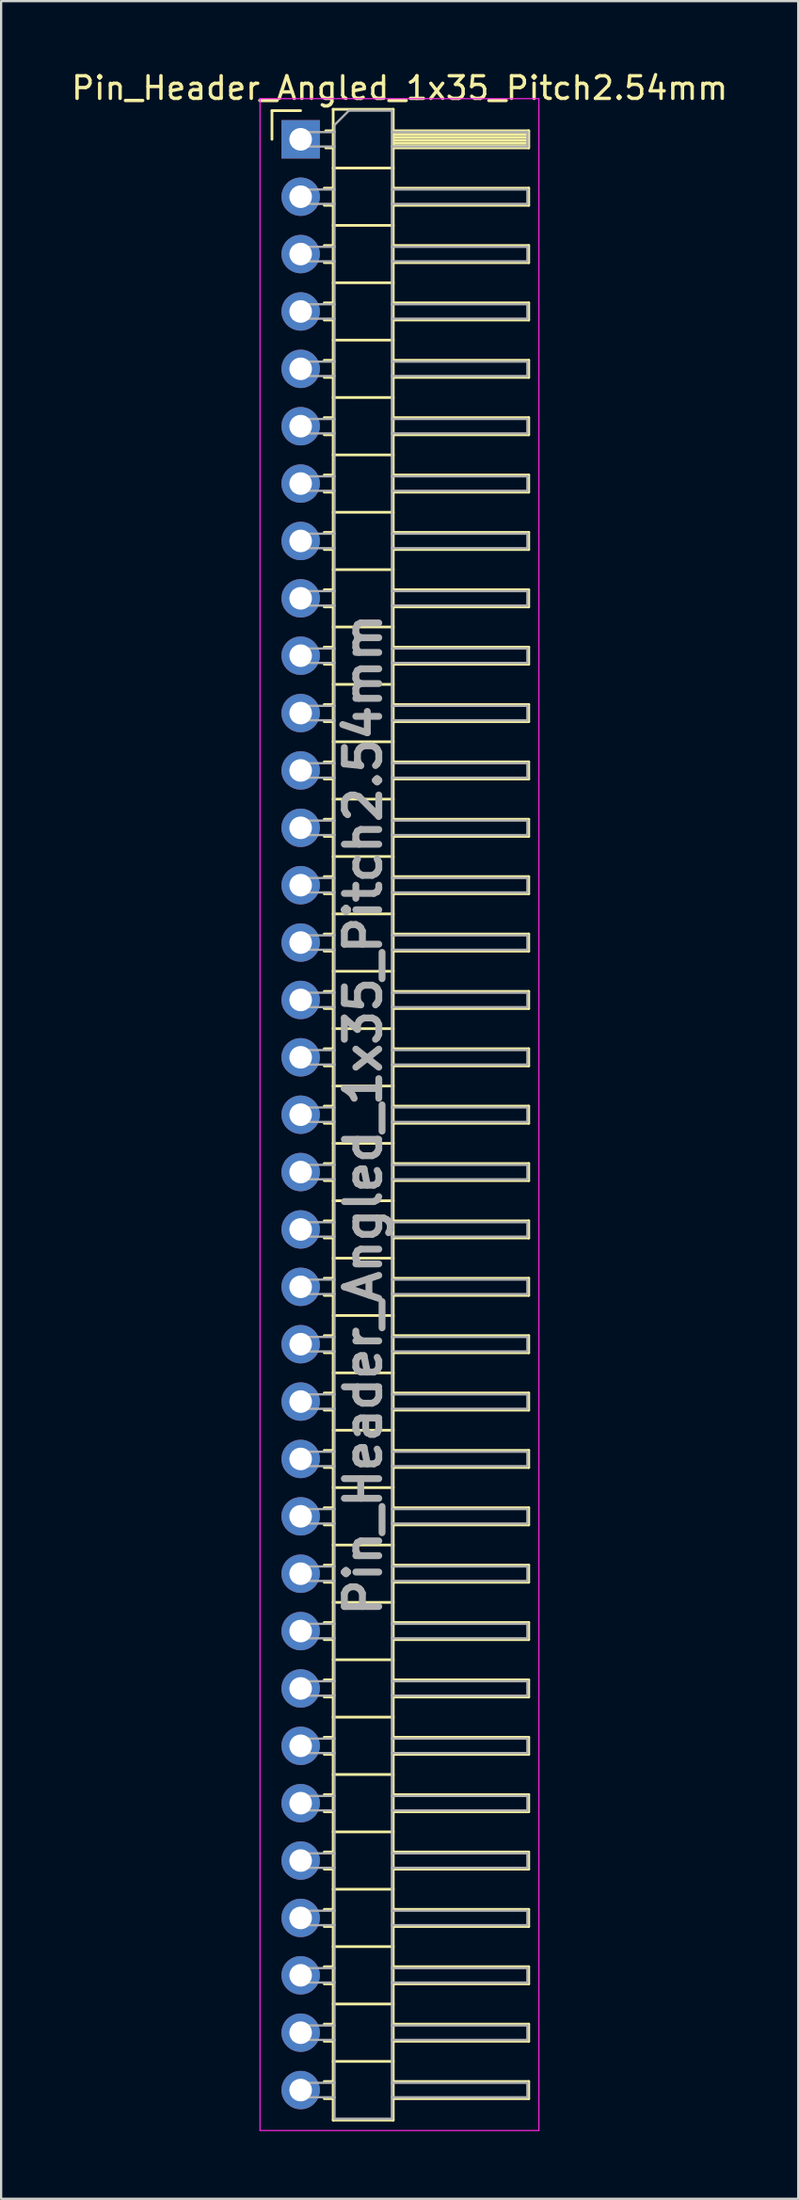
<source format=kicad_pcb>
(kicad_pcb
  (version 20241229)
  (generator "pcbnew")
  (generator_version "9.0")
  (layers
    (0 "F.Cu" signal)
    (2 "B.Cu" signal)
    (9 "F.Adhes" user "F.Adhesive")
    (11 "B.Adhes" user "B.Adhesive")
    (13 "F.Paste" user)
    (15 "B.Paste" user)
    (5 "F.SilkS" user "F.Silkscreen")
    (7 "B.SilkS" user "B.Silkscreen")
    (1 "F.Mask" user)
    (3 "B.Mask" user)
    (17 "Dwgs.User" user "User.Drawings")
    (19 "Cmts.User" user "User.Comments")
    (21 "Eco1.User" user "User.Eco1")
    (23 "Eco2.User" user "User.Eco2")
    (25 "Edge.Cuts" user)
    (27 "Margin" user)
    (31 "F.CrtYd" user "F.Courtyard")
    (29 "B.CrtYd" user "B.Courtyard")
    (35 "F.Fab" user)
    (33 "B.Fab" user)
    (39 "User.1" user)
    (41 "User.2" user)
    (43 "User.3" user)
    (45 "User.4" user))
  (footprint "Pin_Header_Angled_1x35_Pitch2.54mm"
    (layer "F.Cu")
    (at 10.264 3.118)
    (property "Reference" "Pin_Header_Angled_1x35_Pitch2.54mm" (at 4.385 -2.27 0) (layer "F.SilkS") (effects (font (size 1 1) (thickness 0.15))))
    (attr through_hole)
    (fp_line (start -1.27 -1.27) (end 0 -1.27) (stroke (width 0.12) (type solid)) (layer "F.SilkS"))
    (fp_line (start -1.27 0) (end -1.27 -1.27) (stroke (width 0.12) (type solid)) (layer "F.SilkS"))
    (fp_line (start 1.043 2.16) (end 1.44 2.16) (stroke (width 0.12) (type solid)) (layer "F.SilkS"))
    (fp_line (start 1.043 2.92) (end 1.44 2.92) (stroke (width 0.12) (type solid)) (layer "F.SilkS"))
    (fp_line (start 1.043 4.7) (end 1.44 4.7) (stroke (width 0.12) (type solid)) (layer "F.SilkS"))
    (fp_line (start 1.043 5.46) (end 1.44 5.46) (stroke (width 0.12) (type solid)) (layer "F.SilkS"))
    (fp_line (start 1.043 7.24) (end 1.44 7.24) (stroke (width 0.12) (type solid)) (layer "F.SilkS"))
    (fp_line (start 1.043 8) (end 1.44 8) (stroke (width 0.12) (type solid)) (layer "F.SilkS"))
    (fp_line (start 1.043 9.78) (end 1.44 9.78) (stroke (width 0.12) (type solid)) (layer "F.SilkS"))
    (fp_line (start 1.043 10.54) (end 1.44 10.54) (stroke (width 0.12) (type solid)) (layer "F.SilkS"))
    (fp_line (start 1.043 12.32) (end 1.44 12.32) (stroke (width 0.12) (type solid)) (layer "F.SilkS"))
    (fp_line (start 1.043 13.08) (end 1.44 13.08) (stroke (width 0.12) (type solid)) (layer "F.SilkS"))
    (fp_line (start 1.043 14.86) (end 1.44 14.86) (stroke (width 0.12) (type solid)) (layer "F.SilkS"))
    (fp_line (start 1.043 15.62) (end 1.44 15.62) (stroke (width 0.12) (type solid)) (layer "F.SilkS"))
    (fp_line (start 1.043 17.4) (end 1.44 17.4) (stroke (width 0.12) (type solid)) (layer "F.SilkS"))
    (fp_line (start 1.043 18.16) (end 1.44 18.16) (stroke (width 0.12) (type solid)) (layer "F.SilkS"))
    (fp_line (start 1.043 19.94) (end 1.44 19.94) (stroke (width 0.12) (type solid)) (layer "F.SilkS"))
    (fp_line (start 1.043 20.7) (end 1.44 20.7) (stroke (width 0.12) (type solid)) (layer "F.SilkS"))
    (fp_line (start 1.043 22.48) (end 1.44 22.48) (stroke (width 0.12) (type solid)) (layer "F.SilkS"))
    (fp_line (start 1.043 23.24) (end 1.44 23.24) (stroke (width 0.12) (type solid)) (layer "F.SilkS"))
    (fp_line (start 1.043 25.02) (end 1.44 25.02) (stroke (width 0.12) (type solid)) (layer "F.SilkS"))
    (fp_line (start 1.043 25.78) (end 1.44 25.78) (stroke (width 0.12) (type solid)) (layer "F.SilkS"))
    (fp_line (start 1.043 27.56) (end 1.44 27.56) (stroke (width 0.12) (type solid)) (layer "F.SilkS"))
    (fp_line (start 1.043 28.32) (end 1.44 28.32) (stroke (width 0.12) (type solid)) (layer "F.SilkS"))
    (fp_line (start 1.043 30.1) (end 1.44 30.1) (stroke (width 0.12) (type solid)) (layer "F.SilkS"))
    (fp_line (start 1.043 30.86) (end 1.44 30.86) (stroke (width 0.12) (type solid)) (layer "F.SilkS"))
    (fp_line (start 1.043 32.64) (end 1.44 32.64) (stroke (width 0.12) (type solid)) (layer "F.SilkS"))
    (fp_line (start 1.043 33.4) (end 1.44 33.4) (stroke (width 0.12) (type solid)) (layer "F.SilkS"))
    (fp_line (start 1.043 35.18) (end 1.44 35.18) (stroke (width 0.12) (type solid)) (layer "F.SilkS"))
    (fp_line (start 1.043 35.94) (end 1.44 35.94) (stroke (width 0.12) (type solid)) (layer "F.SilkS"))
    (fp_line (start 1.043 37.72) (end 1.44 37.72) (stroke (width 0.12) (type solid)) (layer "F.SilkS"))
    (fp_line (start 1.043 38.48) (end 1.44 38.48) (stroke (width 0.12) (type solid)) (layer "F.SilkS"))
    (fp_line (start 1.043 40.26) (end 1.44 40.26) (stroke (width 0.12) (type solid)) (layer "F.SilkS"))
    (fp_line (start 1.043 41.02) (end 1.44 41.02) (stroke (width 0.12) (type solid)) (layer "F.SilkS"))
    (fp_line (start 1.043 42.8) (end 1.44 42.8) (stroke (width 0.12) (type solid)) (layer "F.SilkS"))
    (fp_line (start 1.043 43.56) (end 1.44 43.56) (stroke (width 0.12) (type solid)) (layer "F.SilkS"))
    (fp_line (start 1.043 45.34) (end 1.44 45.34) (stroke (width 0.12) (type solid)) (layer "F.SilkS"))
    (fp_line (start 1.043 46.1) (end 1.44 46.1) (stroke (width 0.12) (type solid)) (layer "F.SilkS"))
    (fp_line (start 1.043 47.88) (end 1.44 47.88) (stroke (width 0.12) (type solid)) (layer "F.SilkS"))
    (fp_line (start 1.043 48.64) (end 1.44 48.64) (stroke (width 0.12) (type solid)) (layer "F.SilkS"))
    (fp_line (start 1.043 50.42) (end 1.44 50.42) (stroke (width 0.12) (type solid)) (layer "F.SilkS"))
    (fp_line (start 1.043 51.18) (end 1.44 51.18) (stroke (width 0.12) (type solid)) (layer "F.SilkS"))
    (fp_line (start 1.043 52.96) (end 1.44 52.96) (stroke (width 0.12) (type solid)) (layer "F.SilkS"))
    (fp_line (start 1.043 53.72) (end 1.44 53.72) (stroke (width 0.12) (type solid)) (layer "F.SilkS"))
    (fp_line (start 1.043 55.5) (end 1.44 55.5) (stroke (width 0.12) (type solid)) (layer "F.SilkS"))
    (fp_line (start 1.043 56.26) (end 1.44 56.26) (stroke (width 0.12) (type solid)) (layer "F.SilkS"))
    (fp_line (start 1.043 58.04) (end 1.44 58.04) (stroke (width 0.12) (type solid)) (layer "F.SilkS"))
    (fp_line (start 1.043 58.8) (end 1.44 58.8) (stroke (width 0.12) (type solid)) (layer "F.SilkS"))
    (fp_line (start 1.043 60.58) (end 1.44 60.58) (stroke (width 0.12) (type solid)) (layer "F.SilkS"))
    (fp_line (start 1.043 61.34) (end 1.44 61.34) (stroke (width 0.12) (type solid)) (layer "F.SilkS"))
    (fp_line (start 1.043 63.12) (end 1.44 63.12) (stroke (width 0.12) (type solid)) (layer "F.SilkS"))
    (fp_line (start 1.043 63.88) (end 1.44 63.88) (stroke (width 0.12) (type solid)) (layer "F.SilkS"))
    (fp_line (start 1.043 65.66) (end 1.44 65.66) (stroke (width 0.12) (type solid)) (layer "F.SilkS"))
    (fp_line (start 1.043 66.42) (end 1.44 66.42) (stroke (width 0.12) (type solid)) (layer "F.SilkS"))
    (fp_line (start 1.043 68.2) (end 1.44 68.2) (stroke (width 0.12) (type solid)) (layer "F.SilkS"))
    (fp_line (start 1.043 68.96) (end 1.44 68.96) (stroke (width 0.12) (type solid)) (layer "F.SilkS"))
    (fp_line (start 1.043 70.74) (end 1.44 70.74) (stroke (width 0.12) (type solid)) (layer "F.SilkS"))
    (fp_line (start 1.043 71.5) (end 1.44 71.5) (stroke (width 0.12) (type solid)) (layer "F.SilkS"))
    (fp_line (start 1.043 73.28) (end 1.44 73.28) (stroke (width 0.12) (type solid)) (layer "F.SilkS"))
    (fp_line (start 1.043 74.04) (end 1.44 74.04) (stroke (width 0.12) (type solid)) (layer "F.SilkS"))
    (fp_line (start 1.043 75.82) (end 1.44 75.82) (stroke (width 0.12) (type solid)) (layer "F.SilkS"))
    (fp_line (start 1.043 76.58) (end 1.44 76.58) (stroke (width 0.12) (type solid)) (layer "F.SilkS"))
    (fp_line (start 1.043 78.36) (end 1.44 78.36) (stroke (width 0.12) (type solid)) (layer "F.SilkS"))
    (fp_line (start 1.043 79.12) (end 1.44 79.12) (stroke (width 0.12) (type solid)) (layer "F.SilkS"))
    (fp_line (start 1.043 80.9) (end 1.44 80.9) (stroke (width 0.12) (type solid)) (layer "F.SilkS"))
    (fp_line (start 1.043 81.66) (end 1.44 81.66) (stroke (width 0.12) (type solid)) (layer "F.SilkS"))
    (fp_line (start 1.043 83.44) (end 1.44 83.44) (stroke (width 0.12) (type solid)) (layer "F.SilkS"))
    (fp_line (start 1.043 84.2) (end 1.44 84.2) (stroke (width 0.12) (type solid)) (layer "F.SilkS"))
    (fp_line (start 1.043 85.98) (end 1.44 85.98) (stroke (width 0.12) (type solid)) (layer "F.SilkS"))
    (fp_line (start 1.043 86.74) (end 1.44 86.74) (stroke (width 0.12) (type solid)) (layer "F.SilkS"))
    (fp_line (start 1.11 -0.38) (end 1.44 -0.38) (stroke (width 0.12) (type solid)) (layer "F.SilkS"))
    (fp_line (start 1.11 0.38) (end 1.44 0.38) (stroke (width 0.12) (type solid)) (layer "F.SilkS"))
    (fp_line (start 1.44 -1.33) (end 1.44 87.69) (stroke (width 0.12) (type solid)) (layer "F.SilkS"))
    (fp_line (start 1.44 1.27) (end 4.1 1.27) (stroke (width 0.12) (type solid)) (layer "F.SilkS"))
    (fp_line (start 1.44 3.81) (end 4.1 3.81) (stroke (width 0.12) (type solid)) (layer "F.SilkS"))
    (fp_line (start 1.44 6.35) (end 4.1 6.35) (stroke (width 0.12) (type solid)) (layer "F.SilkS"))
    (fp_line (start 1.44 8.89) (end 4.1 8.89) (stroke (width 0.12) (type solid)) (layer "F.SilkS"))
    (fp_line (start 1.44 11.43) (end 4.1 11.43) (stroke (width 0.12) (type solid)) (layer "F.SilkS"))
    (fp_line (start 1.44 13.97) (end 4.1 13.97) (stroke (width 0.12) (type solid)) (layer "F.SilkS"))
    (fp_line (start 1.44 16.51) (end 4.1 16.51) (stroke (width 0.12) (type solid)) (layer "F.SilkS"))
    (fp_line (start 1.44 19.05) (end 4.1 19.05) (stroke (width 0.12) (type solid)) (layer "F.SilkS"))
    (fp_line (start 1.44 21.59) (end 4.1 21.59) (stroke (width 0.12) (type solid)) (layer "F.SilkS"))
    (fp_line (start 1.44 24.13) (end 4.1 24.13) (stroke (width 0.12) (type solid)) (layer "F.SilkS"))
    (fp_line (start 1.44 26.67) (end 4.1 26.67) (stroke (width 0.12) (type solid)) (layer "F.SilkS"))
    (fp_line (start 1.44 29.21) (end 4.1 29.21) (stroke (width 0.12) (type solid)) (layer "F.SilkS"))
    (fp_line (start 1.44 31.75) (end 4.1 31.75) (stroke (width 0.12) (type solid)) (layer "F.SilkS"))
    (fp_line (start 1.44 34.29) (end 4.1 34.29) (stroke (width 0.12) (type solid)) (layer "F.SilkS"))
    (fp_line (start 1.44 36.83) (end 4.1 36.83) (stroke (width 0.12) (type solid)) (layer "F.SilkS"))
    (fp_line (start 1.44 39.37) (end 4.1 39.37) (stroke (width 0.12) (type solid)) (layer "F.SilkS"))
    (fp_line (start 1.44 41.91) (end 4.1 41.91) (stroke (width 0.12) (type solid)) (layer "F.SilkS"))
    (fp_line (start 1.44 44.45) (end 4.1 44.45) (stroke (width 0.12) (type solid)) (layer "F.SilkS"))
    (fp_line (start 1.44 46.99) (end 4.1 46.99) (stroke (width 0.12) (type solid)) (layer "F.SilkS"))
    (fp_line (start 1.44 49.53) (end 4.1 49.53) (stroke (width 0.12) (type solid)) (layer "F.SilkS"))
    (fp_line (start 1.44 52.07) (end 4.1 52.07) (stroke (width 0.12) (type solid)) (layer "F.SilkS"))
    (fp_line (start 1.44 54.61) (end 4.1 54.61) (stroke (width 0.12) (type solid)) (layer "F.SilkS"))
    (fp_line (start 1.44 57.15) (end 4.1 57.15) (stroke (width 0.12) (type solid)) (layer "F.SilkS"))
    (fp_line (start 1.44 59.69) (end 4.1 59.69) (stroke (width 0.12) (type solid)) (layer "F.SilkS"))
    (fp_line (start 1.44 62.23) (end 4.1 62.23) (stroke (width 0.12) (type solid)) (layer "F.SilkS"))
    (fp_line (start 1.44 64.77) (end 4.1 64.77) (stroke (width 0.12) (type solid)) (layer "F.SilkS"))
    (fp_line (start 1.44 67.31) (end 4.1 67.31) (stroke (width 0.12) (type solid)) (layer "F.SilkS"))
    (fp_line (start 1.44 69.85) (end 4.1 69.85) (stroke (width 0.12) (type solid)) (layer "F.SilkS"))
    (fp_line (start 1.44 72.39) (end 4.1 72.39) (stroke (width 0.12) (type solid)) (layer "F.SilkS"))
    (fp_line (start 1.44 74.93) (end 4.1 74.93) (stroke (width 0.12) (type solid)) (layer "F.SilkS"))
    (fp_line (start 1.44 77.47) (end 4.1 77.47) (stroke (width 0.12) (type solid)) (layer "F.SilkS"))
    (fp_line (start 1.44 80.01) (end 4.1 80.01) (stroke (width 0.12) (type solid)) (layer "F.SilkS"))
    (fp_line (start 1.44 82.55) (end 4.1 82.55) (stroke (width 0.12) (type solid)) (layer "F.SilkS"))
    (fp_line (start 1.44 85.09) (end 4.1 85.09) (stroke (width 0.12) (type solid)) (layer "F.SilkS"))
    (fp_line (start 1.44 87.69) (end 4.1 87.69) (stroke (width 0.12) (type solid)) (layer "F.SilkS"))
    (fp_line (start 4.1 -1.33) (end 1.44 -1.33) (stroke (width 0.12) (type solid)) (layer "F.SilkS"))
    (fp_line (start 4.1 -0.38) (end 10.1 -0.38) (stroke (width 0.12) (type solid)) (layer "F.SilkS"))
    (fp_line (start 4.1 -0.32) (end 10.1 -0.32) (stroke (width 0.12) (type solid)) (layer "F.SilkS"))
    (fp_line (start 4.1 -0.2) (end 10.1 -0.2) (stroke (width 0.12) (type solid)) (layer "F.SilkS"))
    (fp_line (start 4.1 -0.08) (end 10.1 -0.08) (stroke (width 0.12) (type solid)) (layer "F.SilkS"))
    (fp_line (start 4.1 0.04) (end 10.1 0.04) (stroke (width 0.12) (type solid)) (layer "F.SilkS"))
    (fp_line (start 4.1 0.16) (end 10.1 0.16) (stroke (width 0.12) (type solid)) (layer "F.SilkS"))
    (fp_line (start 4.1 0.28) (end 10.1 0.28) (stroke (width 0.12) (type solid)) (layer "F.SilkS"))
    (fp_line (start 4.1 2.16) (end 10.1 2.16) (stroke (width 0.12) (type solid)) (layer "F.SilkS"))
    (fp_line (start 4.1 4.7) (end 10.1 4.7) (stroke (width 0.12) (type solid)) (layer "F.SilkS"))
    (fp_line (start 4.1 7.24) (end 10.1 7.24) (stroke (width 0.12) (type solid)) (layer "F.SilkS"))
    (fp_line (start 4.1 9.78) (end 10.1 9.78) (stroke (width 0.12) (type solid)) (layer "F.SilkS"))
    (fp_line (start 4.1 12.32) (end 10.1 12.32) (stroke (width 0.12) (type solid)) (layer "F.SilkS"))
    (fp_line (start 4.1 14.86) (end 10.1 14.86) (stroke (width 0.12) (type solid)) (layer "F.SilkS"))
    (fp_line (start 4.1 17.4) (end 10.1 17.4) (stroke (width 0.12) (type solid)) (layer "F.SilkS"))
    (fp_line (start 4.1 19.94) (end 10.1 19.94) (stroke (width 0.12) (type solid)) (layer "F.SilkS"))
    (fp_line (start 4.1 22.48) (end 10.1 22.48) (stroke (width 0.12) (type solid)) (layer "F.SilkS"))
    (fp_line (start 4.1 25.02) (end 10.1 25.02) (stroke (width 0.12) (type solid)) (layer "F.SilkS"))
    (fp_line (start 4.1 27.56) (end 10.1 27.56) (stroke (width 0.12) (type solid)) (layer "F.SilkS"))
    (fp_line (start 4.1 30.1) (end 10.1 30.1) (stroke (width 0.12) (type solid)) (layer "F.SilkS"))
    (fp_line (start 4.1 32.64) (end 10.1 32.64) (stroke (width 0.12) (type solid)) (layer "F.SilkS"))
    (fp_line (start 4.1 35.18) (end 10.1 35.18) (stroke (width 0.12) (type solid)) (layer "F.SilkS"))
    (fp_line (start 4.1 37.72) (end 10.1 37.72) (stroke (width 0.12) (type solid)) (layer "F.SilkS"))
    (fp_line (start 4.1 40.26) (end 10.1 40.26) (stroke (width 0.12) (type solid)) (layer "F.SilkS"))
    (fp_line (start 4.1 42.8) (end 10.1 42.8) (stroke (width 0.12) (type solid)) (layer "F.SilkS"))
    (fp_line (start 4.1 45.34) (end 10.1 45.34) (stroke (width 0.12) (type solid)) (layer "F.SilkS"))
    (fp_line (start 4.1 47.88) (end 10.1 47.88) (stroke (width 0.12) (type solid)) (layer "F.SilkS"))
    (fp_line (start 4.1 50.42) (end 10.1 50.42) (stroke (width 0.12) (type solid)) (layer "F.SilkS"))
    (fp_line (start 4.1 52.96) (end 10.1 52.96) (stroke (width 0.12) (type solid)) (layer "F.SilkS"))
    (fp_line (start 4.1 55.5) (end 10.1 55.5) (stroke (width 0.12) (type solid)) (layer "F.SilkS"))
    (fp_line (start 4.1 58.04) (end 10.1 58.04) (stroke (width 0.12) (type solid)) (layer "F.SilkS"))
    (fp_line (start 4.1 60.58) (end 10.1 60.58) (stroke (width 0.12) (type solid)) (layer "F.SilkS"))
    (fp_line (start 4.1 63.12) (end 10.1 63.12) (stroke (width 0.12) (type solid)) (layer "F.SilkS"))
    (fp_line (start 4.1 65.66) (end 10.1 65.66) (stroke (width 0.12) (type solid)) (layer "F.SilkS"))
    (fp_line (start 4.1 68.2) (end 10.1 68.2) (stroke (width 0.12) (type solid)) (layer "F.SilkS"))
    (fp_line (start 4.1 70.74) (end 10.1 70.74) (stroke (width 0.12) (type solid)) (layer "F.SilkS"))
    (fp_line (start 4.1 73.28) (end 10.1 73.28) (stroke (width 0.12) (type solid)) (layer "F.SilkS"))
    (fp_line (start 4.1 75.82) (end 10.1 75.82) (stroke (width 0.12) (type solid)) (layer "F.SilkS"))
    (fp_line (start 4.1 78.36) (end 10.1 78.36) (stroke (width 0.12) (type solid)) (layer "F.SilkS"))
    (fp_line (start 4.1 80.9) (end 10.1 80.9) (stroke (width 0.12) (type solid)) (layer "F.SilkS"))
    (fp_line (start 4.1 83.44) (end 10.1 83.44) (stroke (width 0.12) (type solid)) (layer "F.SilkS"))
    (fp_line (start 4.1 85.98) (end 10.1 85.98) (stroke (width 0.12) (type solid)) (layer "F.SilkS"))
    (fp_line (start 4.1 87.69) (end 4.1 -1.33) (stroke (width 0.12) (type solid)) (layer "F.SilkS"))
    (fp_line (start 10.1 -0.38) (end 10.1 0.38) (stroke (width 0.12) (type solid)) (layer "F.SilkS"))
    (fp_line (start 10.1 0.38) (end 4.1 0.38) (stroke (width 0.12) (type solid)) (layer "F.SilkS"))
    (fp_line (start 10.1 2.16) (end 10.1 2.92) (stroke (width 0.12) (type solid)) (layer "F.SilkS"))
    (fp_line (start 10.1 2.92) (end 4.1 2.92) (stroke (width 0.12) (type solid)) (layer "F.SilkS"))
    (fp_line (start 10.1 4.7) (end 10.1 5.46) (stroke (width 0.12) (type solid)) (layer "F.SilkS"))
    (fp_line (start 10.1 5.46) (end 4.1 5.46) (stroke (width 0.12) (type solid)) (layer "F.SilkS"))
    (fp_line (start 10.1 7.24) (end 10.1 8) (stroke (width 0.12) (type solid)) (layer "F.SilkS"))
    (fp_line (start 10.1 8) (end 4.1 8) (stroke (width 0.12) (type solid)) (layer "F.SilkS"))
    (fp_line (start 10.1 9.78) (end 10.1 10.54) (stroke (width 0.12) (type solid)) (layer "F.SilkS"))
    (fp_line (start 10.1 10.54) (end 4.1 10.54) (stroke (width 0.12) (type solid)) (layer "F.SilkS"))
    (fp_line (start 10.1 12.32) (end 10.1 13.08) (stroke (width 0.12) (type solid)) (layer "F.SilkS"))
    (fp_line (start 10.1 13.08) (end 4.1 13.08) (stroke (width 0.12) (type solid)) (layer "F.SilkS"))
    (fp_line (start 10.1 14.86) (end 10.1 15.62) (stroke (width 0.12) (type solid)) (layer "F.SilkS"))
    (fp_line (start 10.1 15.62) (end 4.1 15.62) (stroke (width 0.12) (type solid)) (layer "F.SilkS"))
    (fp_line (start 10.1 17.4) (end 10.1 18.16) (stroke (width 0.12) (type solid)) (layer "F.SilkS"))
    (fp_line (start 10.1 18.16) (end 4.1 18.16) (stroke (width 0.12) (type solid)) (layer "F.SilkS"))
    (fp_line (start 10.1 19.94) (end 10.1 20.7) (stroke (width 0.12) (type solid)) (layer "F.SilkS"))
    (fp_line (start 10.1 20.7) (end 4.1 20.7) (stroke (width 0.12) (type solid)) (layer "F.SilkS"))
    (fp_line (start 10.1 22.48) (end 10.1 23.24) (stroke (width 0.12) (type solid)) (layer "F.SilkS"))
    (fp_line (start 10.1 23.24) (end 4.1 23.24) (stroke (width 0.12) (type solid)) (layer "F.SilkS"))
    (fp_line (start 10.1 25.02) (end 10.1 25.78) (stroke (width 0.12) (type solid)) (layer "F.SilkS"))
    (fp_line (start 10.1 25.78) (end 4.1 25.78) (stroke (width 0.12) (type solid)) (layer "F.SilkS"))
    (fp_line (start 10.1 27.56) (end 10.1 28.32) (stroke (width 0.12) (type solid)) (layer "F.SilkS"))
    (fp_line (start 10.1 28.32) (end 4.1 28.32) (stroke (width 0.12) (type solid)) (layer "F.SilkS"))
    (fp_line (start 10.1 30.1) (end 10.1 30.86) (stroke (width 0.12) (type solid)) (layer "F.SilkS"))
    (fp_line (start 10.1 30.86) (end 4.1 30.86) (stroke (width 0.12) (type solid)) (layer "F.SilkS"))
    (fp_line (start 10.1 32.64) (end 10.1 33.4) (stroke (width 0.12) (type solid)) (layer "F.SilkS"))
    (fp_line (start 10.1 33.4) (end 4.1 33.4) (stroke (width 0.12) (type solid)) (layer "F.SilkS"))
    (fp_line (start 10.1 35.18) (end 10.1 35.94) (stroke (width 0.12) (type solid)) (layer "F.SilkS"))
    (fp_line (start 10.1 35.94) (end 4.1 35.94) (stroke (width 0.12) (type solid)) (layer "F.SilkS"))
    (fp_line (start 10.1 37.72) (end 10.1 38.48) (stroke (width 0.12) (type solid)) (layer "F.SilkS"))
    (fp_line (start 10.1 38.48) (end 4.1 38.48) (stroke (width 0.12) (type solid)) (layer "F.SilkS"))
    (fp_line (start 10.1 40.26) (end 10.1 41.02) (stroke (width 0.12) (type solid)) (layer "F.SilkS"))
    (fp_line (start 10.1 41.02) (end 4.1 41.02) (stroke (width 0.12) (type solid)) (layer "F.SilkS"))
    (fp_line (start 10.1 42.8) (end 10.1 43.56) (stroke (width 0.12) (type solid)) (layer "F.SilkS"))
    (fp_line (start 10.1 43.56) (end 4.1 43.56) (stroke (width 0.12) (type solid)) (layer "F.SilkS"))
    (fp_line (start 10.1 45.34) (end 10.1 46.1) (stroke (width 0.12) (type solid)) (layer "F.SilkS"))
    (fp_line (start 10.1 46.1) (end 4.1 46.1) (stroke (width 0.12) (type solid)) (layer "F.SilkS"))
    (fp_line (start 10.1 47.88) (end 10.1 48.64) (stroke (width 0.12) (type solid)) (layer "F.SilkS"))
    (fp_line (start 10.1 48.64) (end 4.1 48.64) (stroke (width 0.12) (type solid)) (layer "F.SilkS"))
    (fp_line (start 10.1 50.42) (end 10.1 51.18) (stroke (width 0.12) (type solid)) (layer "F.SilkS"))
    (fp_line (start 10.1 51.18) (end 4.1 51.18) (stroke (width 0.12) (type solid)) (layer "F.SilkS"))
    (fp_line (start 10.1 52.96) (end 10.1 53.72) (stroke (width 0.12) (type solid)) (layer "F.SilkS"))
    (fp_line (start 10.1 53.72) (end 4.1 53.72) (stroke (width 0.12) (type solid)) (layer "F.SilkS"))
    (fp_line (start 10.1 55.5) (end 10.1 56.26) (stroke (width 0.12) (type solid)) (layer "F.SilkS"))
    (fp_line (start 10.1 56.26) (end 4.1 56.26) (stroke (width 0.12) (type solid)) (layer "F.SilkS"))
    (fp_line (start 10.1 58.04) (end 10.1 58.8) (stroke (width 0.12) (type solid)) (layer "F.SilkS"))
    (fp_line (start 10.1 58.8) (end 4.1 58.8) (stroke (width 0.12) (type solid)) (layer "F.SilkS"))
    (fp_line (start 10.1 60.58) (end 10.1 61.34) (stroke (width 0.12) (type solid)) (layer "F.SilkS"))
    (fp_line (start 10.1 61.34) (end 4.1 61.34) (stroke (width 0.12) (type solid)) (layer "F.SilkS"))
    (fp_line (start 10.1 63.12) (end 10.1 63.88) (stroke (width 0.12) (type solid)) (layer "F.SilkS"))
    (fp_line (start 10.1 63.88) (end 4.1 63.88) (stroke (width 0.12) (type solid)) (layer "F.SilkS"))
    (fp_line (start 10.1 65.66) (end 10.1 66.42) (stroke (width 0.12) (type solid)) (layer "F.SilkS"))
    (fp_line (start 10.1 66.42) (end 4.1 66.42) (stroke (width 0.12) (type solid)) (layer "F.SilkS"))
    (fp_line (start 10.1 68.2) (end 10.1 68.96) (stroke (width 0.12) (type solid)) (layer "F.SilkS"))
    (fp_line (start 10.1 68.96) (end 4.1 68.96) (stroke (width 0.12) (type solid)) (layer "F.SilkS"))
    (fp_line (start 10.1 70.74) (end 10.1 71.5) (stroke (width 0.12) (type solid)) (layer "F.SilkS"))
    (fp_line (start 10.1 71.5) (end 4.1 71.5) (stroke (width 0.12) (type solid)) (layer "F.SilkS"))
    (fp_line (start 10.1 73.28) (end 10.1 74.04) (stroke (width 0.12) (type solid)) (layer "F.SilkS"))
    (fp_line (start 10.1 74.04) (end 4.1 74.04) (stroke (width 0.12) (type solid)) (layer "F.SilkS"))
    (fp_line (start 10.1 75.82) (end 10.1 76.58) (stroke (width 0.12) (type solid)) (layer "F.SilkS"))
    (fp_line (start 10.1 76.58) (end 4.1 76.58) (stroke (width 0.12) (type solid)) (layer "F.SilkS"))
    (fp_line (start 10.1 78.36) (end 10.1 79.12) (stroke (width 0.12) (type solid)) (layer "F.SilkS"))
    (fp_line (start 10.1 79.12) (end 4.1 79.12) (stroke (width 0.12) (type solid)) (layer "F.SilkS"))
    (fp_line (start 10.1 80.9) (end 10.1 81.66) (stroke (width 0.12) (type solid)) (layer "F.SilkS"))
    (fp_line (start 10.1 81.66) (end 4.1 81.66) (stroke (width 0.12) (type solid)) (layer "F.SilkS"))
    (fp_line (start 10.1 83.44) (end 10.1 84.2) (stroke (width 0.12) (type solid)) (layer "F.SilkS"))
    (fp_line (start 10.1 84.2) (end 4.1 84.2) (stroke (width 0.12) (type solid)) (layer "F.SilkS"))
    (fp_line (start 10.1 85.98) (end 10.1 86.74) (stroke (width 0.12) (type solid)) (layer "F.SilkS"))
    (fp_line (start 10.1 86.74) (end 4.1 86.74) (stroke (width 0.12) (type solid)) (layer "F.SilkS"))
    (fp_line (start -1.8 -1.8) (end -1.8 88.15) (stroke (width 0.05) (type solid)) (layer "F.CrtYd"))
    (fp_line (start -1.8 88.15) (end 10.55 88.15) (stroke (width 0.05) (type solid)) (layer "F.CrtYd"))
    (fp_line (start 10.55 -1.8) (end -1.8 -1.8) (stroke (width 0.05) (type solid)) (layer "F.CrtYd"))
    (fp_line (start 10.55 88.15) (end 10.55 -1.8) (stroke (width 0.05) (type solid)) (layer "F.CrtYd"))
    (fp_line (start -0.32 -0.32) (end -0.32 0.32) (stroke (width 0.1) (type solid)) (layer "F.Fab"))
    (fp_line (start -0.32 -0.32) (end 1.5 -0.32) (stroke (width 0.1) (type solid)) (layer "F.Fab"))
    (fp_line (start -0.32 0.32) (end 1.5 0.32) (stroke (width 0.1) (type solid)) (layer "F.Fab"))
    (fp_line (start -0.32 2.22) (end -0.32 2.86) (stroke (width 0.1) (type solid)) (layer "F.Fab"))
    (fp_line (start -0.32 2.22) (end 1.5 2.22) (stroke (width 0.1) (type solid)) (layer "F.Fab"))
    (fp_line (start -0.32 2.86) (end 1.5 2.86) (stroke (width 0.1) (type solid)) (layer "F.Fab"))
    (fp_line (start -0.32 4.76) (end -0.32 5.4) (stroke (width 0.1) (type solid)) (layer "F.Fab"))
    (fp_line (start -0.32 4.76) (end 1.5 4.76) (stroke (width 0.1) (type solid)) (layer "F.Fab"))
    (fp_line (start -0.32 5.4) (end 1.5 5.4) (stroke (width 0.1) (type solid)) (layer "F.Fab"))
    (fp_line (start -0.32 7.3) (end -0.32 7.94) (stroke (width 0.1) (type solid)) (layer "F.Fab"))
    (fp_line (start -0.32 7.3) (end 1.5 7.3) (stroke (width 0.1) (type solid)) (layer "F.Fab"))
    (fp_line (start -0.32 7.94) (end 1.5 7.94) (stroke (width 0.1) (type solid)) (layer "F.Fab"))
    (fp_line (start -0.32 9.84) (end -0.32 10.48) (stroke (width 0.1) (type solid)) (layer "F.Fab"))
    (fp_line (start -0.32 9.84) (end 1.5 9.84) (stroke (width 0.1) (type solid)) (layer "F.Fab"))
    (fp_line (start -0.32 10.48) (end 1.5 10.48) (stroke (width 0.1) (type solid)) (layer "F.Fab"))
    (fp_line (start -0.32 12.38) (end -0.32 13.02) (stroke (width 0.1) (type solid)) (layer "F.Fab"))
    (fp_line (start -0.32 12.38) (end 1.5 12.38) (stroke (width 0.1) (type solid)) (layer "F.Fab"))
    (fp_line (start -0.32 13.02) (end 1.5 13.02) (stroke (width 0.1) (type solid)) (layer "F.Fab"))
    (fp_line (start -0.32 14.92) (end -0.32 15.56) (stroke (width 0.1) (type solid)) (layer "F.Fab"))
    (fp_line (start -0.32 14.92) (end 1.5 14.92) (stroke (width 0.1) (type solid)) (layer "F.Fab"))
    (fp_line (start -0.32 15.56) (end 1.5 15.56) (stroke (width 0.1) (type solid)) (layer "F.Fab"))
    (fp_line (start -0.32 17.46) (end -0.32 18.1) (stroke (width 0.1) (type solid)) (layer "F.Fab"))
    (fp_line (start -0.32 17.46) (end 1.5 17.46) (stroke (width 0.1) (type solid)) (layer "F.Fab"))
    (fp_line (start -0.32 18.1) (end 1.5 18.1) (stroke (width 0.1) (type solid)) (layer "F.Fab"))
    (fp_line (start -0.32 20) (end -0.32 20.64) (stroke (width 0.1) (type solid)) (layer "F.Fab"))
    (fp_line (start -0.32 20) (end 1.5 20) (stroke (width 0.1) (type solid)) (layer "F.Fab"))
    (fp_line (start -0.32 20.64) (end 1.5 20.64) (stroke (width 0.1) (type solid)) (layer "F.Fab"))
    (fp_line (start -0.32 22.54) (end -0.32 23.18) (stroke (width 0.1) (type solid)) (layer "F.Fab"))
    (fp_line (start -0.32 22.54) (end 1.5 22.54) (stroke (width 0.1) (type solid)) (layer "F.Fab"))
    (fp_line (start -0.32 23.18) (end 1.5 23.18) (stroke (width 0.1) (type solid)) (layer "F.Fab"))
    (fp_line (start -0.32 25.08) (end -0.32 25.72) (stroke (width 0.1) (type solid)) (layer "F.Fab"))
    (fp_line (start -0.32 25.08) (end 1.5 25.08) (stroke (width 0.1) (type solid)) (layer "F.Fab"))
    (fp_line (start -0.32 25.72) (end 1.5 25.72) (stroke (width 0.1) (type solid)) (layer "F.Fab"))
    (fp_line (start -0.32 27.62) (end -0.32 28.26) (stroke (width 0.1) (type solid)) (layer "F.Fab"))
    (fp_line (start -0.32 27.62) (end 1.5 27.62) (stroke (width 0.1) (type solid)) (layer "F.Fab"))
    (fp_line (start -0.32 28.26) (end 1.5 28.26) (stroke (width 0.1) (type solid)) (layer "F.Fab"))
    (fp_line (start -0.32 30.16) (end -0.32 30.8) (stroke (width 0.1) (type solid)) (layer "F.Fab"))
    (fp_line (start -0.32 30.16) (end 1.5 30.16) (stroke (width 0.1) (type solid)) (layer "F.Fab"))
    (fp_line (start -0.32 30.8) (end 1.5 30.8) (stroke (width 0.1) (type solid)) (layer "F.Fab"))
    (fp_line (start -0.32 32.7) (end -0.32 33.34) (stroke (width 0.1) (type solid)) (layer "F.Fab"))
    (fp_line (start -0.32 32.7) (end 1.5 32.7) (stroke (width 0.1) (type solid)) (layer "F.Fab"))
    (fp_line (start -0.32 33.34) (end 1.5 33.34) (stroke (width 0.1) (type solid)) (layer "F.Fab"))
    (fp_line (start -0.32 35.24) (end -0.32 35.88) (stroke (width 0.1) (type solid)) (layer "F.Fab"))
    (fp_line (start -0.32 35.24) (end 1.5 35.24) (stroke (width 0.1) (type solid)) (layer "F.Fab"))
    (fp_line (start -0.32 35.88) (end 1.5 35.88) (stroke (width 0.1) (type solid)) (layer "F.Fab"))
    (fp_line (start -0.32 37.78) (end -0.32 38.42) (stroke (width 0.1) (type solid)) (layer "F.Fab"))
    (fp_line (start -0.32 37.78) (end 1.5 37.78) (stroke (width 0.1) (type solid)) (layer "F.Fab"))
    (fp_line (start -0.32 38.42) (end 1.5 38.42) (stroke (width 0.1) (type solid)) (layer "F.Fab"))
    (fp_line (start -0.32 40.32) (end -0.32 40.96) (stroke (width 0.1) (type solid)) (layer "F.Fab"))
    (fp_line (start -0.32 40.32) (end 1.5 40.32) (stroke (width 0.1) (type solid)) (layer "F.Fab"))
    (fp_line (start -0.32 40.96) (end 1.5 40.96) (stroke (width 0.1) (type solid)) (layer "F.Fab"))
    (fp_line (start -0.32 42.86) (end -0.32 43.5) (stroke (width 0.1) (type solid)) (layer "F.Fab"))
    (fp_line (start -0.32 42.86) (end 1.5 42.86) (stroke (width 0.1) (type solid)) (layer "F.Fab"))
    (fp_line (start -0.32 43.5) (end 1.5 43.5) (stroke (width 0.1) (type solid)) (layer "F.Fab"))
    (fp_line (start -0.32 45.4) (end -0.32 46.04) (stroke (width 0.1) (type solid)) (layer "F.Fab"))
    (fp_line (start -0.32 45.4) (end 1.5 45.4) (stroke (width 0.1) (type solid)) (layer "F.Fab"))
    (fp_line (start -0.32 46.04) (end 1.5 46.04) (stroke (width 0.1) (type solid)) (layer "F.Fab"))
    (fp_line (start -0.32 47.94) (end -0.32 48.58) (stroke (width 0.1) (type solid)) (layer "F.Fab"))
    (fp_line (start -0.32 47.94) (end 1.5 47.94) (stroke (width 0.1) (type solid)) (layer "F.Fab"))
    (fp_line (start -0.32 48.58) (end 1.5 48.58) (stroke (width 0.1) (type solid)) (layer "F.Fab"))
    (fp_line (start -0.32 50.48) (end -0.32 51.12) (stroke (width 0.1) (type solid)) (layer "F.Fab"))
    (fp_line (start -0.32 50.48) (end 1.5 50.48) (stroke (width 0.1) (type solid)) (layer "F.Fab"))
    (fp_line (start -0.32 51.12) (end 1.5 51.12) (stroke (width 0.1) (type solid)) (layer "F.Fab"))
    (fp_line (start -0.32 53.02) (end -0.32 53.66) (stroke (width 0.1) (type solid)) (layer "F.Fab"))
    (fp_line (start -0.32 53.02) (end 1.5 53.02) (stroke (width 0.1) (type solid)) (layer "F.Fab"))
    (fp_line (start -0.32 53.66) (end 1.5 53.66) (stroke (width 0.1) (type solid)) (layer "F.Fab"))
    (fp_line (start -0.32 55.56) (end -0.32 56.2) (stroke (width 0.1) (type solid)) (layer "F.Fab"))
    (fp_line (start -0.32 55.56) (end 1.5 55.56) (stroke (width 0.1) (type solid)) (layer "F.Fab"))
    (fp_line (start -0.32 56.2) (end 1.5 56.2) (stroke (width 0.1) (type solid)) (layer "F.Fab"))
    (fp_line (start -0.32 58.1) (end -0.32 58.74) (stroke (width 0.1) (type solid)) (layer "F.Fab"))
    (fp_line (start -0.32 58.1) (end 1.5 58.1) (stroke (width 0.1) (type solid)) (layer "F.Fab"))
    (fp_line (start -0.32 58.74) (end 1.5 58.74) (stroke (width 0.1) (type solid)) (layer "F.Fab"))
    (fp_line (start -0.32 60.64) (end -0.32 61.28) (stroke (width 0.1) (type solid)) (layer "F.Fab"))
    (fp_line (start -0.32 60.64) (end 1.5 60.64) (stroke (width 0.1) (type solid)) (layer "F.Fab"))
    (fp_line (start -0.32 61.28) (end 1.5 61.28) (stroke (width 0.1) (type solid)) (layer "F.Fab"))
    (fp_line (start -0.32 63.18) (end -0.32 63.82) (stroke (width 0.1) (type solid)) (layer "F.Fab"))
    (fp_line (start -0.32 63.18) (end 1.5 63.18) (stroke (width 0.1) (type solid)) (layer "F.Fab"))
    (fp_line (start -0.32 63.82) (end 1.5 63.82) (stroke (width 0.1) (type solid)) (layer "F.Fab"))
    (fp_line (start -0.32 65.72) (end -0.32 66.36) (stroke (width 0.1) (type solid)) (layer "F.Fab"))
    (fp_line (start -0.32 65.72) (end 1.5 65.72) (stroke (width 0.1) (type solid)) (layer "F.Fab"))
    (fp_line (start -0.32 66.36) (end 1.5 66.36) (stroke (width 0.1) (type solid)) (layer "F.Fab"))
    (fp_line (start -0.32 68.26) (end -0.32 68.9) (stroke (width 0.1) (type solid)) (layer "F.Fab"))
    (fp_line (start -0.32 68.26) (end 1.5 68.26) (stroke (width 0.1) (type solid)) (layer "F.Fab"))
    (fp_line (start -0.32 68.9) (end 1.5 68.9) (stroke (width 0.1) (type solid)) (layer "F.Fab"))
    (fp_line (start -0.32 70.8) (end -0.32 71.44) (stroke (width 0.1) (type solid)) (layer "F.Fab"))
    (fp_line (start -0.32 70.8) (end 1.5 70.8) (stroke (width 0.1) (type solid)) (layer "F.Fab"))
    (fp_line (start -0.32 71.44) (end 1.5 71.44) (stroke (width 0.1) (type solid)) (layer "F.Fab"))
    (fp_line (start -0.32 73.34) (end -0.32 73.98) (stroke (width 0.1) (type solid)) (layer "F.Fab"))
    (fp_line (start -0.32 73.34) (end 1.5 73.34) (stroke (width 0.1) (type solid)) (layer "F.Fab"))
    (fp_line (start -0.32 73.98) (end 1.5 73.98) (stroke (width 0.1) (type solid)) (layer "F.Fab"))
    (fp_line (start -0.32 75.88) (end -0.32 76.52) (stroke (width 0.1) (type solid)) (layer "F.Fab"))
    (fp_line (start -0.32 75.88) (end 1.5 75.88) (stroke (width 0.1) (type solid)) (layer "F.Fab"))
    (fp_line (start -0.32 76.52) (end 1.5 76.52) (stroke (width 0.1) (type solid)) (layer "F.Fab"))
    (fp_line (start -0.32 78.42) (end -0.32 79.06) (stroke (width 0.1) (type solid)) (layer "F.Fab"))
    (fp_line (start -0.32 78.42) (end 1.5 78.42) (stroke (width 0.1) (type solid)) (layer "F.Fab"))
    (fp_line (start -0.32 79.06) (end 1.5 79.06) (stroke (width 0.1) (type solid)) (layer "F.Fab"))
    (fp_line (start -0.32 80.96) (end -0.32 81.6) (stroke (width 0.1) (type solid)) (layer "F.Fab"))
    (fp_line (start -0.32 80.96) (end 1.5 80.96) (stroke (width 0.1) (type solid)) (layer "F.Fab"))
    (fp_line (start -0.32 81.6) (end 1.5 81.6) (stroke (width 0.1) (type solid)) (layer "F.Fab"))
    (fp_line (start -0.32 83.5) (end -0.32 84.14) (stroke (width 0.1) (type solid)) (layer "F.Fab"))
    (fp_line (start -0.32 83.5) (end 1.5 83.5) (stroke (width 0.1) (type solid)) (layer "F.Fab"))
    (fp_line (start -0.32 84.14) (end 1.5 84.14) (stroke (width 0.1) (type solid)) (layer "F.Fab"))
    (fp_line (start -0.32 86.04) (end -0.32 86.68) (stroke (width 0.1) (type solid)) (layer "F.Fab"))
    (fp_line (start -0.32 86.04) (end 1.5 86.04) (stroke (width 0.1) (type solid)) (layer "F.Fab"))
    (fp_line (start -0.32 86.68) (end 1.5 86.68) (stroke (width 0.1) (type solid)) (layer "F.Fab"))
    (fp_line (start 1.5 -0.635) (end 2.135 -1.27) (stroke (width 0.1) (type solid)) (layer "F.Fab"))
    (fp_line (start 1.5 87.63) (end 1.5 -0.635) (stroke (width 0.1) (type solid)) (layer "F.Fab"))
    (fp_line (start 2.135 -1.27) (end 4.04 -1.27) (stroke (width 0.1) (type solid)) (layer "F.Fab"))
    (fp_line (start 4.04 -1.27) (end 4.04 87.63) (stroke (width 0.1) (type solid)) (layer "F.Fab"))
    (fp_line (start 4.04 -0.32) (end 10.04 -0.32) (stroke (width 0.1) (type solid)) (layer "F.Fab"))
    (fp_line (start 4.04 0.32) (end 10.04 0.32) (stroke (width 0.1) (type solid)) (layer "F.Fab"))
    (fp_line (start 4.04 2.22) (end 10.04 2.22) (stroke (width 0.1) (type solid)) (layer "F.Fab"))
    (fp_line (start 4.04 2.86) (end 10.04 2.86) (stroke (width 0.1) (type solid)) (layer "F.Fab"))
    (fp_line (start 4.04 4.76) (end 10.04 4.76) (stroke (width 0.1) (type solid)) (layer "F.Fab"))
    (fp_line (start 4.04 5.4) (end 10.04 5.4) (stroke (width 0.1) (type solid)) (layer "F.Fab"))
    (fp_line (start 4.04 7.3) (end 10.04 7.3) (stroke (width 0.1) (type solid)) (layer "F.Fab"))
    (fp_line (start 4.04 7.94) (end 10.04 7.94) (stroke (width 0.1) (type solid)) (layer "F.Fab"))
    (fp_line (start 4.04 9.84) (end 10.04 9.84) (stroke (width 0.1) (type solid)) (layer "F.Fab"))
    (fp_line (start 4.04 10.48) (end 10.04 10.48) (stroke (width 0.1) (type solid)) (layer "F.Fab"))
    (fp_line (start 4.04 12.38) (end 10.04 12.38) (stroke (width 0.1) (type solid)) (layer "F.Fab"))
    (fp_line (start 4.04 13.02) (end 10.04 13.02) (stroke (width 0.1) (type solid)) (layer "F.Fab"))
    (fp_line (start 4.04 14.92) (end 10.04 14.92) (stroke (width 0.1) (type solid)) (layer "F.Fab"))
    (fp_line (start 4.04 15.56) (end 10.04 15.56) (stroke (width 0.1) (type solid)) (layer "F.Fab"))
    (fp_line (start 4.04 17.46) (end 10.04 17.46) (stroke (width 0.1) (type solid)) (layer "F.Fab"))
    (fp_line (start 4.04 18.1) (end 10.04 18.1) (stroke (width 0.1) (type solid)) (layer "F.Fab"))
    (fp_line (start 4.04 20) (end 10.04 20) (stroke (width 0.1) (type solid)) (layer "F.Fab"))
    (fp_line (start 4.04 20.64) (end 10.04 20.64) (stroke (width 0.1) (type solid)) (layer "F.Fab"))
    (fp_line (start 4.04 22.54) (end 10.04 22.54) (stroke (width 0.1) (type solid)) (layer "F.Fab"))
    (fp_line (start 4.04 23.18) (end 10.04 23.18) (stroke (width 0.1) (type solid)) (layer "F.Fab"))
    (fp_line (start 4.04 25.08) (end 10.04 25.08) (stroke (width 0.1) (type solid)) (layer "F.Fab"))
    (fp_line (start 4.04 25.72) (end 10.04 25.72) (stroke (width 0.1) (type solid)) (layer "F.Fab"))
    (fp_line (start 4.04 27.62) (end 10.04 27.62) (stroke (width 0.1) (type solid)) (layer "F.Fab"))
    (fp_line (start 4.04 28.26) (end 10.04 28.26) (stroke (width 0.1) (type solid)) (layer "F.Fab"))
    (fp_line (start 4.04 30.16) (end 10.04 30.16) (stroke (width 0.1) (type solid)) (layer "F.Fab"))
    (fp_line (start 4.04 30.8) (end 10.04 30.8) (stroke (width 0.1) (type solid)) (layer "F.Fab"))
    (fp_line (start 4.04 32.7) (end 10.04 32.7) (stroke (width 0.1) (type solid)) (layer "F.Fab"))
    (fp_line (start 4.04 33.34) (end 10.04 33.34) (stroke (width 0.1) (type solid)) (layer "F.Fab"))
    (fp_line (start 4.04 35.24) (end 10.04 35.24) (stroke (width 0.1) (type solid)) (layer "F.Fab"))
    (fp_line (start 4.04 35.88) (end 10.04 35.88) (stroke (width 0.1) (type solid)) (layer "F.Fab"))
    (fp_line (start 4.04 37.78) (end 10.04 37.78) (stroke (width 0.1) (type solid)) (layer "F.Fab"))
    (fp_line (start 4.04 38.42) (end 10.04 38.42) (stroke (width 0.1) (type solid)) (layer "F.Fab"))
    (fp_line (start 4.04 40.32) (end 10.04 40.32) (stroke (width 0.1) (type solid)) (layer "F.Fab"))
    (fp_line (start 4.04 40.96) (end 10.04 40.96) (stroke (width 0.1) (type solid)) (layer "F.Fab"))
    (fp_line (start 4.04 42.86) (end 10.04 42.86) (stroke (width 0.1) (type solid)) (layer "F.Fab"))
    (fp_line (start 4.04 43.5) (end 10.04 43.5) (stroke (width 0.1) (type solid)) (layer "F.Fab"))
    (fp_line (start 4.04 45.4) (end 10.04 45.4) (stroke (width 0.1) (type solid)) (layer "F.Fab"))
    (fp_line (start 4.04 46.04) (end 10.04 46.04) (stroke (width 0.1) (type solid)) (layer "F.Fab"))
    (fp_line (start 4.04 47.94) (end 10.04 47.94) (stroke (width 0.1) (type solid)) (layer "F.Fab"))
    (fp_line (start 4.04 48.58) (end 10.04 48.58) (stroke (width 0.1) (type solid)) (layer "F.Fab"))
    (fp_line (start 4.04 50.48) (end 10.04 50.48) (stroke (width 0.1) (type solid)) (layer "F.Fab"))
    (fp_line (start 4.04 51.12) (end 10.04 51.12) (stroke (width 0.1) (type solid)) (layer "F.Fab"))
    (fp_line (start 4.04 53.02) (end 10.04 53.02) (stroke (width 0.1) (type solid)) (layer "F.Fab"))
    (fp_line (start 4.04 53.66) (end 10.04 53.66) (stroke (width 0.1) (type solid)) (layer "F.Fab"))
    (fp_line (start 4.04 55.56) (end 10.04 55.56) (stroke (width 0.1) (type solid)) (layer "F.Fab"))
    (fp_line (start 4.04 56.2) (end 10.04 56.2) (stroke (width 0.1) (type solid)) (layer "F.Fab"))
    (fp_line (start 4.04 58.1) (end 10.04 58.1) (stroke (width 0.1) (type solid)) (layer "F.Fab"))
    (fp_line (start 4.04 58.74) (end 10.04 58.74) (stroke (width 0.1) (type solid)) (layer "F.Fab"))
    (fp_line (start 4.04 60.64) (end 10.04 60.64) (stroke (width 0.1) (type solid)) (layer "F.Fab"))
    (fp_line (start 4.04 61.28) (end 10.04 61.28) (stroke (width 0.1) (type solid)) (layer "F.Fab"))
    (fp_line (start 4.04 63.18) (end 10.04 63.18) (stroke (width 0.1) (type solid)) (layer "F.Fab"))
    (fp_line (start 4.04 63.82) (end 10.04 63.82) (stroke (width 0.1) (type solid)) (layer "F.Fab"))
    (fp_line (start 4.04 65.72) (end 10.04 65.72) (stroke (width 0.1) (type solid)) (layer "F.Fab"))
    (fp_line (start 4.04 66.36) (end 10.04 66.36) (stroke (width 0.1) (type solid)) (layer "F.Fab"))
    (fp_line (start 4.04 68.26) (end 10.04 68.26) (stroke (width 0.1) (type solid)) (layer "F.Fab"))
    (fp_line (start 4.04 68.9) (end 10.04 68.9) (stroke (width 0.1) (type solid)) (layer "F.Fab"))
    (fp_line (start 4.04 70.8) (end 10.04 70.8) (stroke (width 0.1) (type solid)) (layer "F.Fab"))
    (fp_line (start 4.04 71.44) (end 10.04 71.44) (stroke (width 0.1) (type solid)) (layer "F.Fab"))
    (fp_line (start 4.04 73.34) (end 10.04 73.34) (stroke (width 0.1) (type solid)) (layer "F.Fab"))
    (fp_line (start 4.04 73.98) (end 10.04 73.98) (stroke (width 0.1) (type solid)) (layer "F.Fab"))
    (fp_line (start 4.04 75.88) (end 10.04 75.88) (stroke (width 0.1) (type solid)) (layer "F.Fab"))
    (fp_line (start 4.04 76.52) (end 10.04 76.52) (stroke (width 0.1) (type solid)) (layer "F.Fab"))
    (fp_line (start 4.04 78.42) (end 10.04 78.42) (stroke (width 0.1) (type solid)) (layer "F.Fab"))
    (fp_line (start 4.04 79.06) (end 10.04 79.06) (stroke (width 0.1) (type solid)) (layer "F.Fab"))
    (fp_line (start 4.04 80.96) (end 10.04 80.96) (stroke (width 0.1) (type solid)) (layer "F.Fab"))
    (fp_line (start 4.04 81.6) (end 10.04 81.6) (stroke (width 0.1) (type solid)) (layer "F.Fab"))
    (fp_line (start 4.04 83.5) (end 10.04 83.5) (stroke (width 0.1) (type solid)) (layer "F.Fab"))
    (fp_line (start 4.04 84.14) (end 10.04 84.14) (stroke (width 0.1) (type solid)) (layer "F.Fab"))
    (fp_line (start 4.04 86.04) (end 10.04 86.04) (stroke (width 0.1) (type solid)) (layer "F.Fab"))
    (fp_line (start 4.04 86.68) (end 10.04 86.68) (stroke (width 0.1) (type solid)) (layer "F.Fab"))
    (fp_line (start 4.04 87.63) (end 1.5 87.63) (stroke (width 0.1) (type solid)) (layer "F.Fab"))
    (fp_line (start 10.04 -0.32) (end 10.04 0.32) (stroke (width 0.1) (type solid)) (layer "F.Fab"))
    (fp_line (start 10.04 2.22) (end 10.04 2.86) (stroke (width 0.1) (type solid)) (layer "F.Fab"))
    (fp_line (start 10.04 4.76) (end 10.04 5.4) (stroke (width 0.1) (type solid)) (layer "F.Fab"))
    (fp_line (start 10.04 7.3) (end 10.04 7.94) (stroke (width 0.1) (type solid)) (layer "F.Fab"))
    (fp_line (start 10.04 9.84) (end 10.04 10.48) (stroke (width 0.1) (type solid)) (layer "F.Fab"))
    (fp_line (start 10.04 12.38) (end 10.04 13.02) (stroke (width 0.1) (type solid)) (layer "F.Fab"))
    (fp_line (start 10.04 14.92) (end 10.04 15.56) (stroke (width 0.1) (type solid)) (layer "F.Fab"))
    (fp_line (start 10.04 17.46) (end 10.04 18.1) (stroke (width 0.1) (type solid)) (layer "F.Fab"))
    (fp_line (start 10.04 20) (end 10.04 20.64) (stroke (width 0.1) (type solid)) (layer "F.Fab"))
    (fp_line (start 10.04 22.54) (end 10.04 23.18) (stroke (width 0.1) (type solid)) (layer "F.Fab"))
    (fp_line (start 10.04 25.08) (end 10.04 25.72) (stroke (width 0.1) (type solid)) (layer "F.Fab"))
    (fp_line (start 10.04 27.62) (end 10.04 28.26) (stroke (width 0.1) (type solid)) (layer "F.Fab"))
    (fp_line (start 10.04 30.16) (end 10.04 30.8) (stroke (width 0.1) (type solid)) (layer "F.Fab"))
    (fp_line (start 10.04 32.7) (end 10.04 33.34) (stroke (width 0.1) (type solid)) (layer "F.Fab"))
    (fp_line (start 10.04 35.24) (end 10.04 35.88) (stroke (width 0.1) (type solid)) (layer "F.Fab"))
    (fp_line (start 10.04 37.78) (end 10.04 38.42) (stroke (width 0.1) (type solid)) (layer "F.Fab"))
    (fp_line (start 10.04 40.32) (end 10.04 40.96) (stroke (width 0.1) (type solid)) (layer "F.Fab"))
    (fp_line (start 10.04 42.86) (end 10.04 43.5) (stroke (width 0.1) (type solid)) (layer "F.Fab"))
    (fp_line (start 10.04 45.4) (end 10.04 46.04) (stroke (width 0.1) (type solid)) (layer "F.Fab"))
    (fp_line (start 10.04 47.94) (end 10.04 48.58) (stroke (width 0.1) (type solid)) (layer "F.Fab"))
    (fp_line (start 10.04 50.48) (end 10.04 51.12) (stroke (width 0.1) (type solid)) (layer "F.Fab"))
    (fp_line (start 10.04 53.02) (end 10.04 53.66) (stroke (width 0.1) (type solid)) (layer "F.Fab"))
    (fp_line (start 10.04 55.56) (end 10.04 56.2) (stroke (width 0.1) (type solid)) (layer "F.Fab"))
    (fp_line (start 10.04 58.1) (end 10.04 58.74) (stroke (width 0.1) (type solid)) (layer "F.Fab"))
    (fp_line (start 10.04 60.64) (end 10.04 61.28) (stroke (width 0.1) (type solid)) (layer "F.Fab"))
    (fp_line (start 10.04 63.18) (end 10.04 63.82) (stroke (width 0.1) (type solid)) (layer "F.Fab"))
    (fp_line (start 10.04 65.72) (end 10.04 66.36) (stroke (width 0.1) (type solid)) (layer "F.Fab"))
    (fp_line (start 10.04 68.26) (end 10.04 68.9) (stroke (width 0.1) (type solid)) (layer "F.Fab"))
    (fp_line (start 10.04 70.8) (end 10.04 71.44) (stroke (width 0.1) (type solid)) (layer "F.Fab"))
    (fp_line (start 10.04 73.34) (end 10.04 73.98) (stroke (width 0.1) (type solid)) (layer "F.Fab"))
    (fp_line (start 10.04 75.88) (end 10.04 76.52) (stroke (width 0.1) (type solid)) (layer "F.Fab"))
    (fp_line (start 10.04 78.42) (end 10.04 79.06) (stroke (width 0.1) (type solid)) (layer "F.Fab"))
    (fp_line (start 10.04 80.96) (end 10.04 81.6) (stroke (width 0.1) (type solid)) (layer "F.Fab"))
    (fp_line (start 10.04 83.5) (end 10.04 84.14) (stroke (width 0.1) (type solid)) (layer "F.Fab"))
    (fp_line (start 10.04 86.04) (end 10.04 86.68) (stroke (width 0.1) (type solid)) (layer "F.Fab"))
    (fp_text user "${REFERENCE}" (at 2.77 43.18 90) (layer "F.Fab") (effects (font (size 1.524 1.524) (thickness 0.305))))
    (pad "1" thru_hole rect (at 0 0) (size 1.7 1.7) (drill 1) (layers "*.Cu" "*.Mask"))
    (pad "2" thru_hole oval (at 0 2.54) (size 1.7 1.7) (drill 1) (layers "*.Cu" "*.Mask"))
    (pad "3" thru_hole oval (at 0 5.08) (size 1.7 1.7) (drill 1) (layers "*.Cu" "*.Mask"))
    (pad "4" thru_hole oval (at 0 7.62) (size 1.7 1.7) (drill 1) (layers "*.Cu" "*.Mask"))
    (pad "5" thru_hole oval (at 0 10.16) (size 1.7 1.7) (drill 1) (layers "*.Cu" "*.Mask"))
    (pad "6" thru_hole oval (at 0 12.7) (size 1.7 1.7) (drill 1) (layers "*.Cu" "*.Mask"))
    (pad "7" thru_hole oval (at 0 15.24) (size 1.7 1.7) (drill 1) (layers "*.Cu" "*.Mask"))
    (pad "8" thru_hole oval (at 0 17.78) (size 1.7 1.7) (drill 1) (layers "*.Cu" "*.Mask"))
    (pad "9" thru_hole oval (at 0 20.32) (size 1.7 1.7) (drill 1) (layers "*.Cu" "*.Mask"))
    (pad "10" thru_hole oval (at 0 22.86) (size 1.7 1.7) (drill 1) (layers "*.Cu" "*.Mask"))
    (pad "11" thru_hole oval (at 0 25.4) (size 1.7 1.7) (drill 1) (layers "*.Cu" "*.Mask"))
    (pad "12" thru_hole oval (at 0 27.94) (size 1.7 1.7) (drill 1) (layers "*.Cu" "*.Mask"))
    (pad "13" thru_hole oval (at 0 30.48) (size 1.7 1.7) (drill 1) (layers "*.Cu" "*.Mask"))
    (pad "14" thru_hole oval (at 0 33.02) (size 1.7 1.7) (drill 1) (layers "*.Cu" "*.Mask"))
    (pad "15" thru_hole oval (at 0 35.56) (size 1.7 1.7) (drill 1) (layers "*.Cu" "*.Mask"))
    (pad "16" thru_hole oval (at 0 38.1) (size 1.7 1.7) (drill 1) (layers "*.Cu" "*.Mask"))
    (pad "17" thru_hole oval (at 0 40.64) (size 1.7 1.7) (drill 1) (layers "*.Cu" "*.Mask"))
    (pad "18" thru_hole oval (at 0 43.18) (size 1.7 1.7) (drill 1) (layers "*.Cu" "*.Mask"))
    (pad "19" thru_hole oval (at 0 45.72) (size 1.7 1.7) (drill 1) (layers "*.Cu" "*.Mask"))
    (pad "20" thru_hole oval (at 0 48.26) (size 1.7 1.7) (drill 1) (layers "*.Cu" "*.Mask"))
    (pad "21" thru_hole oval (at 0 50.8) (size 1.7 1.7) (drill 1) (layers "*.Cu" "*.Mask"))
    (pad "22" thru_hole oval (at 0 53.34) (size 1.7 1.7) (drill 1) (layers "*.Cu" "*.Mask"))
    (pad "23" thru_hole oval (at 0 55.88) (size 1.7 1.7) (drill 1) (layers "*.Cu" "*.Mask"))
    (pad "24" thru_hole oval (at 0 58.42) (size 1.7 1.7) (drill 1) (layers "*.Cu" "*.Mask"))
    (pad "25" thru_hole oval (at 0 60.96) (size 1.7 1.7) (drill 1) (layers "*.Cu" "*.Mask"))
    (pad "26" thru_hole oval (at 0 63.5) (size 1.7 1.7) (drill 1) (layers "*.Cu" "*.Mask"))
    (pad "27" thru_hole oval (at 0 66.04) (size 1.7 1.7) (drill 1) (layers "*.Cu" "*.Mask"))
    (pad "28" thru_hole oval (at 0 68.58) (size 1.7 1.7) (drill 1) (layers "*.Cu" "*.Mask"))
    (pad "29" thru_hole oval (at 0 71.12) (size 1.7 1.7) (drill 1) (layers "*.Cu" "*.Mask"))
    (pad "30" thru_hole oval (at 0 73.66) (size 1.7 1.7) (drill 1) (layers "*.Cu" "*.Mask"))
    (pad "31" thru_hole oval (at 0 76.2) (size 1.7 1.7) (drill 1) (layers "*.Cu" "*.Mask"))
    (pad "32" thru_hole oval (at 0 78.74) (size 1.7 1.7) (drill 1) (layers "*.Cu" "*.Mask"))
    (pad "33" thru_hole oval (at 0 81.28) (size 1.7 1.7) (drill 1) (layers "*.Cu" "*.Mask"))
    (pad "34" thru_hole oval (at 0 83.82) (size 1.7 1.7) (drill 1) (layers "*.Cu" "*.Mask"))
    (pad "35" thru_hole oval (at 0 86.36) (size 1.7 1.7) (drill 1) (layers "*.Cu" "*.Mask")))
  (gr_rect
    (start -3 -3)
    (end 32.298 94.293)
    (stroke (width 0.1) (type default))
    (fill no)
    (layer "Edge.Cuts")))
</source>
